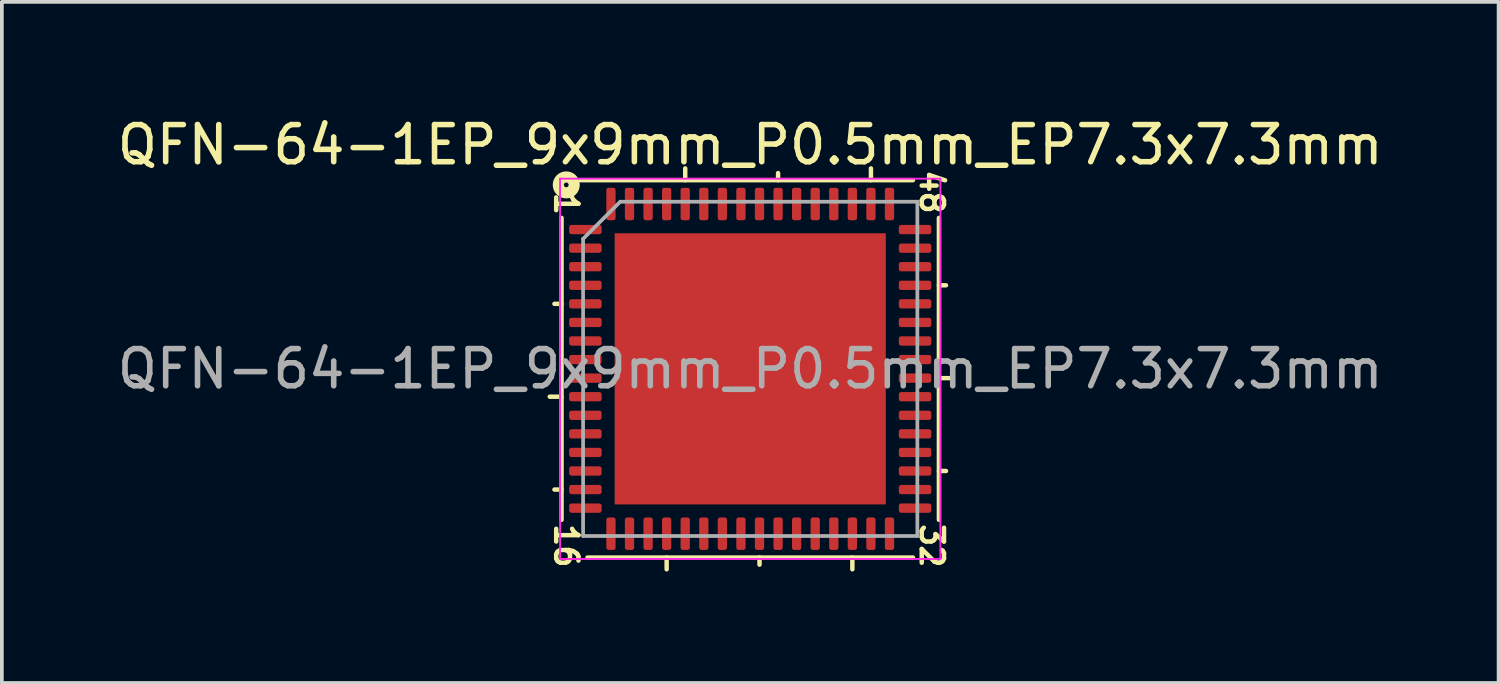
<source format=kicad_pcb>
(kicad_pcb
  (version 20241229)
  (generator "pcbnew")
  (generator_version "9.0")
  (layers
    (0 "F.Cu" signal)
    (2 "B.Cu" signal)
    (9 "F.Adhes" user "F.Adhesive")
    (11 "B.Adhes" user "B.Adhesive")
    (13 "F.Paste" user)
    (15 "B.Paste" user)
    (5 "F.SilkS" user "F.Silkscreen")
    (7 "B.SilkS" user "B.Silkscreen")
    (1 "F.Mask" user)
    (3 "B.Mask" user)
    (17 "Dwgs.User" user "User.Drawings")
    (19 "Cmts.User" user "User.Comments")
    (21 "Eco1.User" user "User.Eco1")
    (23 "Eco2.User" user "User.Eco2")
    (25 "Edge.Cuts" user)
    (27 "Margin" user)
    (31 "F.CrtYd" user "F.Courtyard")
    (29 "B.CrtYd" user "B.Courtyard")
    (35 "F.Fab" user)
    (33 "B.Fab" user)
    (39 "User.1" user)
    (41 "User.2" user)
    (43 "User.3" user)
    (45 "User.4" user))
  (footprint "QFN-64-1EP_9x9mm_P0.5mm_EP7.3x7.3mm"
    (layer "F.Cu")
    (at 17.149 6.881)
    (property "Reference" "QFN-64-1EP_9x9mm_P0.5mm_EP7.3x7.3mm" (at 0 -6.032 0) (layer "F.SilkS") (effects (font (size 1 1) (thickness 0.15))))
    (attr smd)
    (fp_line (start -5.08 -4.064) (end -5.08 4.064) (stroke (width 0.12) (type solid)) (layer "F.SilkS"))
    (fp_line (start -5.08 -1.75) (end -5.271 -1.75) (stroke (width 0.12) (type solid)) (layer "F.SilkS"))
    (fp_line (start -5.08 0.75) (end -5.397 0.75) (stroke (width 0.12) (type solid)) (layer "F.SilkS"))
    (fp_line (start -5.08 3.25) (end -5.271 3.25) (stroke (width 0.12) (type solid)) (layer "F.SilkS"))
    (fp_line (start -4.381 5.08) (end 4.381 5.08) (stroke (width 0.12) (type solid)) (layer "F.SilkS"))
    (fp_line (start -2.25 5.08) (end -2.25 5.397) (stroke (width 0.12) (type solid)) (layer "F.SilkS"))
    (fp_line (start -1.75 -5.08) (end -1.75 -5.397) (stroke (width 0.12) (type solid)) (layer "F.SilkS"))
    (fp_line (start 0.25 5.08) (end 0.25 5.271) (stroke (width 0.12) (type solid)) (layer "F.SilkS"))
    (fp_line (start 0.75 -5.08) (end 0.75 -5.271) (stroke (width 0.12) (type solid)) (layer "F.SilkS"))
    (fp_line (start 2.75 5.08) (end 2.75 5.397) (stroke (width 0.12) (type solid)) (layer "F.SilkS"))
    (fp_line (start 3.25 -5.08) (end 3.25 -5.397) (stroke (width 0.12) (type solid)) (layer "F.SilkS"))
    (fp_line (start 4.381 -5.08) (end -4.572 -5.08) (stroke (width 0.12) (type solid)) (layer "F.SilkS"))
    (fp_line (start 5.08 -2.25) (end 5.271 -2.25) (stroke (width 0.12) (type solid)) (layer "F.SilkS"))
    (fp_line (start 5.08 0.25) (end 5.397 0.25) (stroke (width 0.12) (type solid)) (layer "F.SilkS"))
    (fp_line (start 5.08 2.75) (end 5.271 2.75) (stroke (width 0.12) (type solid)) (layer "F.SilkS"))
    (fp_line (start 5.08 4.064) (end 5.08 -4.064) (stroke (width 0.12) (type solid)) (layer "F.SilkS"))
    (fp_circle (center -4.953 -4.953) (end -4.889 -4.953) (stroke (width 0.3) (type solid)) (fill no) (layer "F.SilkS"))
    (fp_line (start -5.12 -5.12) (end -5.12 5.12) (stroke (width 0.05) (type solid)) (layer "F.CrtYd"))
    (fp_line (start -5.12 5.12) (end 5.12 5.12) (stroke (width 0.05) (type solid)) (layer "F.CrtYd"))
    (fp_line (start 5.12 -5.12) (end -5.12 -5.12) (stroke (width 0.05) (type solid)) (layer "F.CrtYd"))
    (fp_line (start 5.12 5.12) (end 5.12 -5.12) (stroke (width 0.05) (type solid)) (layer "F.CrtYd"))
    (fp_line (start -4.5 -3.5) (end -3.5 -4.5) (stroke (width 0.1) (type solid)) (layer "F.Fab"))
    (fp_line (start -4.5 4.5) (end -4.5 -3.5) (stroke (width 0.1) (type solid)) (layer "F.Fab"))
    (fp_line (start -3.5 -4.5) (end 4.5 -4.5) (stroke (width 0.1) (type solid)) (layer "F.Fab"))
    (fp_line (start 4.5 -4.5) (end 4.5 4.5) (stroke (width 0.1) (type solid)) (layer "F.Fab"))
    (fp_line (start 4.5 4.5) (end -4.5 4.5) (stroke (width 0.1) (type solid)) (layer "F.Fab"))
    (fp_text user "16" (at -4.953 4.763 270) (unlocked yes) (layer "F.SilkS") (effects (font (size 0.6 0.6) (thickness 0.12))))
    (fp_text user "32" (at 4.889 4.763 270) (unlocked yes) (layer "F.SilkS") (effects (font (size 0.6 0.6) (thickness 0.12))))
    (fp_text user "48" (at 4.889 -4.763 270) (unlocked yes) (layer "F.SilkS") (effects (font (size 0.6 0.6) (thickness 0.12))))
    (fp_text user "1" (at -4.953 -4.445 270) (unlocked yes) (layer "F.SilkS") (effects (font (size 0.6 0.6) (thickness 0.12))))
    (fp_text user "${REFERENCE}" (at 0 0 0) (layer "F.Fab") (effects (font (size 1 1) (thickness 0.15))))
    (pad "" smd roundrect (at -2.92 -2.92) (size 1.18 1.18) (layers "F.Paste") (roundrect_rratio 0.212))
    (pad "" smd roundrect (at -2.92 -1.46) (size 1.18 1.18) (layers "F.Paste") (roundrect_rratio 0.212))
    (pad "" smd roundrect (at -2.92 0) (size 1.18 1.18) (layers "F.Paste") (roundrect_rratio 0.212))
    (pad "" smd roundrect (at -2.92 1.46) (size 1.18 1.18) (layers "F.Paste") (roundrect_rratio 0.212))
    (pad "" smd roundrect (at -2.92 2.92) (size 1.18 1.18) (layers "F.Paste") (roundrect_rratio 0.212))
    (pad "" smd roundrect (at -1.46 -2.92) (size 1.18 1.18) (layers "F.Paste") (roundrect_rratio 0.212))
    (pad "" smd roundrect (at -1.46 -1.46) (size 1.18 1.18) (layers "F.Paste") (roundrect_rratio 0.212))
    (pad "" smd roundrect (at -1.46 0) (size 1.18 1.18) (layers "F.Paste") (roundrect_rratio 0.212))
    (pad "" smd roundrect (at -1.46 1.46) (size 1.18 1.18) (layers "F.Paste") (roundrect_rratio 0.212))
    (pad "" smd roundrect (at -1.46 2.92) (size 1.18 1.18) (layers "F.Paste") (roundrect_rratio 0.212))
    (pad "" smd roundrect (at 0 -2.92) (size 1.18 1.18) (layers "F.Paste") (roundrect_rratio 0.212))
    (pad "" smd roundrect (at 0 -1.46) (size 1.18 1.18) (layers "F.Paste") (roundrect_rratio 0.212))
    (pad "" smd roundrect (at 0 0) (size 1.18 1.18) (layers "F.Paste") (roundrect_rratio 0.212))
    (pad "" smd roundrect (at 0 1.46) (size 1.18 1.18) (layers "F.Paste") (roundrect_rratio 0.212))
    (pad "" smd roundrect (at 0 2.92) (size 1.18 1.18) (layers "F.Paste") (roundrect_rratio 0.212))
    (pad "" smd roundrect (at 1.46 -2.92) (size 1.18 1.18) (layers "F.Paste") (roundrect_rratio 0.212))
    (pad "" smd roundrect (at 1.46 -1.46) (size 1.18 1.18) (layers "F.Paste") (roundrect_rratio 0.212))
    (pad "" smd roundrect (at 1.46 0) (size 1.18 1.18) (layers "F.Paste") (roundrect_rratio 0.212))
    (pad "" smd roundrect (at 1.46 1.46) (size 1.18 1.18) (layers "F.Paste") (roundrect_rratio 0.212))
    (pad "" smd roundrect (at 1.46 2.92) (size 1.18 1.18) (layers "F.Paste") (roundrect_rratio 0.212))
    (pad "" smd roundrect (at 2.92 -2.92) (size 1.18 1.18) (layers "F.Paste") (roundrect_rratio 0.212))
    (pad "" smd roundrect (at 2.92 -1.46) (size 1.18 1.18) (layers "F.Paste") (roundrect_rratio 0.212))
    (pad "" smd roundrect (at 2.92 0) (size 1.18 1.18) (layers "F.Paste") (roundrect_rratio 0.212))
    (pad "" smd roundrect (at 2.92 1.46) (size 1.18 1.18) (layers "F.Paste") (roundrect_rratio 0.212))
    (pad "" smd roundrect (at 2.92 2.92) (size 1.18 1.18) (layers "F.Paste") (roundrect_rratio 0.212))
    (pad "1" smd roundrect (at -4.438 -3.75) (size 0.875 0.25) (layers "F.Cu" "F.Mask" "F.Paste") (roundrect_rratio 0.25))
    (pad "2" smd roundrect (at -4.438 -3.25) (size 0.875 0.25) (layers "F.Cu" "F.Mask" "F.Paste") (roundrect_rratio 0.25))
    (pad "3" smd roundrect (at -4.438 -2.75) (size 0.875 0.25) (layers "F.Cu" "F.Mask" "F.Paste") (roundrect_rratio 0.25))
    (pad "4" smd roundrect (at -4.438 -2.25) (size 0.875 0.25) (layers "F.Cu" "F.Mask" "F.Paste") (roundrect_rratio 0.25))
    (pad "5" smd roundrect (at -4.438 -1.75) (size 0.875 0.25) (layers "F.Cu" "F.Mask" "F.Paste") (roundrect_rratio 0.25))
    (pad "6" smd roundrect (at -4.438 -1.25) (size 0.875 0.25) (layers "F.Cu" "F.Mask" "F.Paste") (roundrect_rratio 0.25))
    (pad "7" smd roundrect (at -4.438 -0.75) (size 0.875 0.25) (layers "F.Cu" "F.Mask" "F.Paste") (roundrect_rratio 0.25))
    (pad "8" smd roundrect (at -4.438 -0.25) (size 0.875 0.25) (layers "F.Cu" "F.Mask" "F.Paste") (roundrect_rratio 0.25))
    (pad "9" smd roundrect (at -4.438 0.25) (size 0.875 0.25) (layers "F.Cu" "F.Mask" "F.Paste") (roundrect_rratio 0.25))
    (pad "10" smd roundrect (at -4.438 0.75) (size 0.875 0.25) (layers "F.Cu" "F.Mask" "F.Paste") (roundrect_rratio 0.25))
    (pad "11" smd roundrect (at -4.438 1.25) (size 0.875 0.25) (layers "F.Cu" "F.Mask" "F.Paste") (roundrect_rratio 0.25))
    (pad "12" smd roundrect (at -4.438 1.75) (size 0.875 0.25) (layers "F.Cu" "F.Mask" "F.Paste") (roundrect_rratio 0.25))
    (pad "13" smd roundrect (at -4.438 2.25) (size 0.875 0.25) (layers "F.Cu" "F.Mask" "F.Paste") (roundrect_rratio 0.25))
    (pad "14" smd roundrect (at -4.438 2.75) (size 0.875 0.25) (layers "F.Cu" "F.Mask" "F.Paste") (roundrect_rratio 0.25))
    (pad "15" smd roundrect (at -4.438 3.25) (size 0.875 0.25) (layers "F.Cu" "F.Mask" "F.Paste") (roundrect_rratio 0.25))
    (pad "16" smd roundrect (at -4.438 3.75) (size 0.875 0.25) (layers "F.Cu" "F.Mask" "F.Paste") (roundrect_rratio 0.25))
    (pad "17" smd roundrect (at -3.75 4.438) (size 0.25 0.875) (layers "F.Cu" "F.Mask" "F.Paste") (roundrect_rratio 0.25))
    (pad "18" smd roundrect (at -3.25 4.438) (size 0.25 0.875) (layers "F.Cu" "F.Mask" "F.Paste") (roundrect_rratio 0.25))
    (pad "19" smd roundrect (at -2.75 4.438) (size 0.25 0.875) (layers "F.Cu" "F.Mask" "F.Paste") (roundrect_rratio 0.25))
    (pad "20" smd roundrect (at -2.25 4.438) (size 0.25 0.875) (layers "F.Cu" "F.Mask" "F.Paste") (roundrect_rratio 0.25))
    (pad "21" smd roundrect (at -1.75 4.438) (size 0.25 0.875) (layers "F.Cu" "F.Mask" "F.Paste") (roundrect_rratio 0.25))
    (pad "22" smd roundrect (at -1.25 4.438) (size 0.25 0.875) (layers "F.Cu" "F.Mask" "F.Paste") (roundrect_rratio 0.25))
    (pad "23" smd roundrect (at -0.75 4.438) (size 0.25 0.875) (layers "F.Cu" "F.Mask" "F.Paste") (roundrect_rratio 0.25))
    (pad "24" smd roundrect (at -0.25 4.438) (size 0.25 0.875) (layers "F.Cu" "F.Mask" "F.Paste") (roundrect_rratio 0.25))
    (pad "25" smd roundrect (at 0.25 4.438) (size 0.25 0.875) (layers "F.Cu" "F.Mask" "F.Paste") (roundrect_rratio 0.25))
    (pad "26" smd roundrect (at 0.75 4.438) (size 0.25 0.875) (layers "F.Cu" "F.Mask" "F.Paste") (roundrect_rratio 0.25))
    (pad "27" smd roundrect (at 1.25 4.438) (size 0.25 0.875) (layers "F.Cu" "F.Mask" "F.Paste") (roundrect_rratio 0.25))
    (pad "28" smd roundrect (at 1.75 4.438) (size 0.25 0.875) (layers "F.Cu" "F.Mask" "F.Paste") (roundrect_rratio 0.25))
    (pad "29" smd roundrect (at 2.25 4.438) (size 0.25 0.875) (layers "F.Cu" "F.Mask" "F.Paste") (roundrect_rratio 0.25))
    (pad "30" smd roundrect (at 2.75 4.438) (size 0.25 0.875) (layers "F.Cu" "F.Mask" "F.Paste") (roundrect_rratio 0.25))
    (pad "31" smd roundrect (at 3.25 4.438) (size 0.25 0.875) (layers "F.Cu" "F.Mask" "F.Paste") (roundrect_rratio 0.25))
    (pad "32" smd roundrect (at 3.75 4.438) (size 0.25 0.875) (layers "F.Cu" "F.Mask" "F.Paste") (roundrect_rratio 0.25))
    (pad "33" smd roundrect (at 4.438 3.75) (size 0.875 0.25) (layers "F.Cu" "F.Mask" "F.Paste") (roundrect_rratio 0.25))
    (pad "34" smd roundrect (at 4.438 3.25) (size 0.875 0.25) (layers "F.Cu" "F.Mask" "F.Paste") (roundrect_rratio 0.25))
    (pad "35" smd roundrect (at 4.438 2.75) (size 0.875 0.25) (layers "F.Cu" "F.Mask" "F.Paste") (roundrect_rratio 0.25))
    (pad "36" smd roundrect (at 4.438 2.25) (size 0.875 0.25) (layers "F.Cu" "F.Mask" "F.Paste") (roundrect_rratio 0.25))
    (pad "37" smd roundrect (at 4.438 1.75) (size 0.875 0.25) (layers "F.Cu" "F.Mask" "F.Paste") (roundrect_rratio 0.25))
    (pad "38" smd roundrect (at 4.438 1.25) (size 0.875 0.25) (layers "F.Cu" "F.Mask" "F.Paste") (roundrect_rratio 0.25))
    (pad "39" smd roundrect (at 4.438 0.75) (size 0.875 0.25) (layers "F.Cu" "F.Mask" "F.Paste") (roundrect_rratio 0.25))
    (pad "40" smd roundrect (at 4.438 0.25) (size 0.875 0.25) (layers "F.Cu" "F.Mask" "F.Paste") (roundrect_rratio 0.25))
    (pad "41" smd roundrect (at 4.438 -0.25) (size 0.875 0.25) (layers "F.Cu" "F.Mask" "F.Paste") (roundrect_rratio 0.25))
    (pad "42" smd roundrect (at 4.438 -0.75) (size 0.875 0.25) (layers "F.Cu" "F.Mask" "F.Paste") (roundrect_rratio 0.25))
    (pad "43" smd roundrect (at 4.438 -1.25) (size 0.875 0.25) (layers "F.Cu" "F.Mask" "F.Paste") (roundrect_rratio 0.25))
    (pad "44" smd roundrect (at 4.438 -1.75) (size 0.875 0.25) (layers "F.Cu" "F.Mask" "F.Paste") (roundrect_rratio 0.25))
    (pad "45" smd roundrect (at 4.438 -2.25) (size 0.875 0.25) (layers "F.Cu" "F.Mask" "F.Paste") (roundrect_rratio 0.25))
    (pad "46" smd roundrect (at 4.438 -2.75) (size 0.875 0.25) (layers "F.Cu" "F.Mask" "F.Paste") (roundrect_rratio 0.25))
    (pad "47" smd roundrect (at 4.438 -3.25) (size 0.875 0.25) (layers "F.Cu" "F.Mask" "F.Paste") (roundrect_rratio 0.25))
    (pad "48" smd roundrect (at 4.438 -3.75) (size 0.875 0.25) (layers "F.Cu" "F.Mask" "F.Paste") (roundrect_rratio 0.25))
    (pad "49" smd roundrect (at 3.75 -4.438) (size 0.25 0.875) (layers "F.Cu" "F.Mask" "F.Paste") (roundrect_rratio 0.25))
    (pad "50" smd roundrect (at 3.25 -4.438) (size 0.25 0.875) (layers "F.Cu" "F.Mask" "F.Paste") (roundrect_rratio 0.25))
    (pad "51" smd roundrect (at 2.75 -4.438) (size 0.25 0.875) (layers "F.Cu" "F.Mask" "F.Paste") (roundrect_rratio 0.25))
    (pad "52" smd roundrect (at 2.25 -4.438) (size 0.25 0.875) (layers "F.Cu" "F.Mask" "F.Paste") (roundrect_rratio 0.25))
    (pad "53" smd roundrect (at 1.75 -4.438) (size 0.25 0.875) (layers "F.Cu" "F.Mask" "F.Paste") (roundrect_rratio 0.25))
    (pad "54" smd roundrect (at 1.25 -4.438) (size 0.25 0.875) (layers "F.Cu" "F.Mask" "F.Paste") (roundrect_rratio 0.25))
    (pad "55" smd roundrect (at 0.75 -4.438) (size 0.25 0.875) (layers "F.Cu" "F.Mask" "F.Paste") (roundrect_rratio 0.25))
    (pad "56" smd roundrect (at 0.25 -4.438) (size 0.25 0.875) (layers "F.Cu" "F.Mask" "F.Paste") (roundrect_rratio 0.25))
    (pad "57" smd roundrect (at -0.25 -4.438) (size 0.25 0.875) (layers "F.Cu" "F.Mask" "F.Paste") (roundrect_rratio 0.25))
    (pad "58" smd roundrect (at -0.75 -4.438) (size 0.25 0.875) (layers "F.Cu" "F.Mask" "F.Paste") (roundrect_rratio 0.25))
    (pad "59" smd roundrect (at -1.25 -4.438) (size 0.25 0.875) (layers "F.Cu" "F.Mask" "F.Paste") (roundrect_rratio 0.25))
    (pad "60" smd roundrect (at -1.75 -4.438) (size 0.25 0.875) (layers "F.Cu" "F.Mask" "F.Paste") (roundrect_rratio 0.25))
    (pad "61" smd roundrect (at -2.25 -4.438) (size 0.25 0.875) (layers "F.Cu" "F.Mask" "F.Paste") (roundrect_rratio 0.25))
    (pad "62" smd roundrect (at -2.75 -4.438) (size 0.25 0.875) (layers "F.Cu" "F.Mask" "F.Paste") (roundrect_rratio 0.25))
    (pad "63" smd roundrect (at -3.25 -4.438) (size 0.25 0.875) (layers "F.Cu" "F.Mask" "F.Paste") (roundrect_rratio 0.25))
    (pad "64" smd roundrect (at -3.75 -4.438) (size 0.25 0.875) (layers "F.Cu" "F.Mask" "F.Paste") (roundrect_rratio 0.25))
    (pad "65" smd rect (at 0 0) (size 7.3 7.3) (layers "F.Cu" "F.Mask")))
  (gr_rect
    (start -3 -3)
    (end 37.298 15.338)
    (stroke (width 0.1) (type default))
    (fill no)
    (layer "Edge.Cuts")))
</source>
